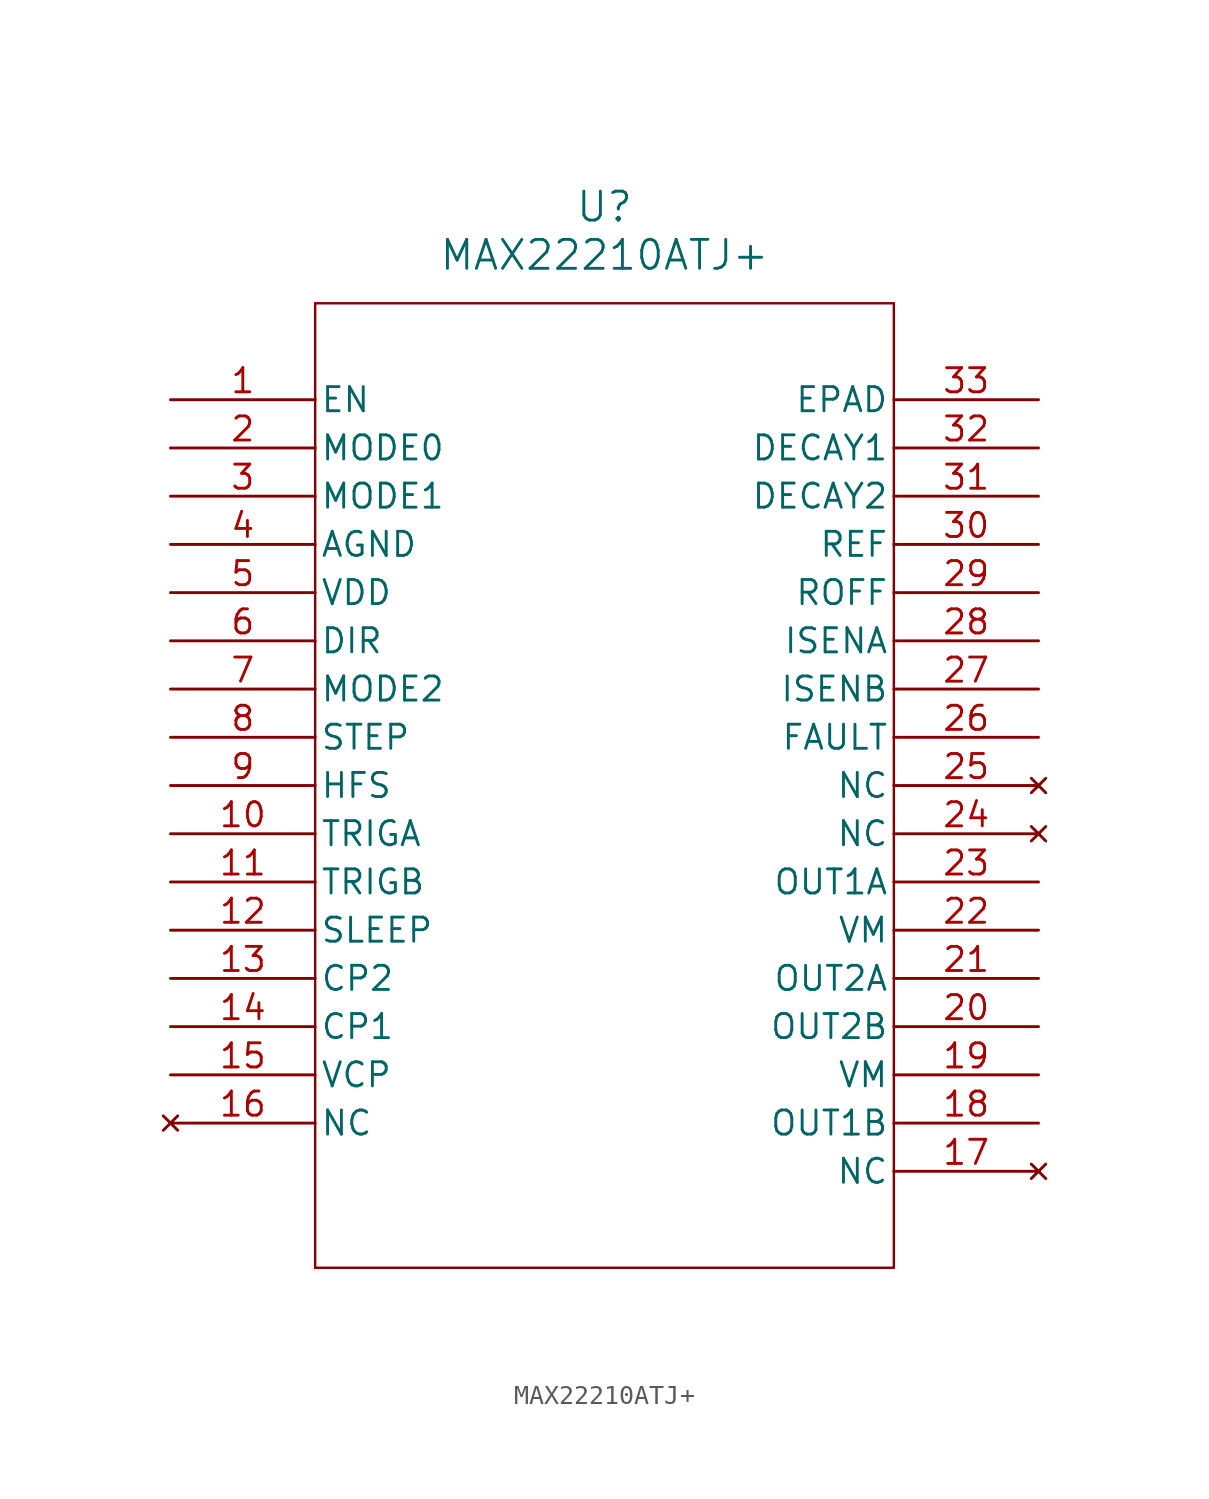
<source format=kicad_sym>
(kicad_symbol_lib
  (version 20211014)
  (generator kicad_symbol_editor)
  (symbol "MAX22210ATJ+"
    (pin_names
      (offset 0.254))
    (property "Reference" "U"
      (at 22.86 10.16 0)
      (effects (font (size 1.524 1.524))))
    (property "Value" "MAX22210ATJ+"
      (at 22.86 7.62 0)
      (effects (font (size 1.524 1.524))))
    (symbol "MAX22210ATJ+_0_1"
      (polyline (pts (xy 7.62 5.08) (xy 7.62 -45.72)) (stroke (width 0.127) (type default) (color 0 0 0 0)) (fill (type none)))
      (polyline (pts (xy 7.62 -45.72) (xy 38.1 -45.72)) (stroke (width 0.127) (type default) (color 0 0 0 0)) (fill (type none)))
      (polyline (pts (xy 38.1 -45.72) (xy 38.1 5.08)) (stroke (width 0.127) (type default) (color 0 0 0 0)) (fill (type none)))
      (polyline (pts (xy 38.1 5.08) (xy 7.62 5.08)) (stroke (width 0.127) (type default) (color 0 0 0 0)) (fill (type none)))
      (pin input line (at 0 0 0) (length 7.62) (name "EN" (effects (font (size 1.27 1.27)))) (number "1" (effects (font (size 1.27 1.27)))))
      (pin input line (at 0 -2.54 0) (length 7.62) (name "MODE0" (effects (font (size 1.27 1.27)))) (number "2" (effects (font (size 1.27 1.27)))))
      (pin input line (at 0 -5.08 0) (length 7.62) (name "MODE1" (effects (font (size 1.27 1.27)))) (number "3" (effects (font (size 1.27 1.27)))))
      (pin power_out line (at 0 -7.62 0) (length 7.62) (name "AGND" (effects (font (size 1.27 1.27)))) (number "4" (effects (font (size 1.27 1.27)))))
      (pin power_in line (at 0 -10.16 0) (length 7.62) (name "VDD" (effects (font (size 1.27 1.27)))) (number "5" (effects (font (size 1.27 1.27)))))
      (pin input line (at 0 -12.7 0) (length 7.62) (name "DIR" (effects (font (size 1.27 1.27)))) (number "6" (effects (font (size 1.27 1.27)))))
      (pin input line (at 0 -15.24 0) (length 7.62) (name "MODE2" (effects (font (size 1.27 1.27)))) (number "7" (effects (font (size 1.27 1.27)))))
      (pin input line (at 0 -17.78 0) (length 7.62) (name "STEP" (effects (font (size 1.27 1.27)))) (number "8" (effects (font (size 1.27 1.27)))))
      (pin input line (at 0 -20.32 0) (length 7.62) (name "HFS" (effects (font (size 1.27 1.27)))) (number "9" (effects (font (size 1.27 1.27)))))
      (pin output line (at 0 -22.86 0) (length 7.62) (name "TRIGA" (effects (font (size 1.27 1.27)))) (number "10" (effects (font (size 1.27 1.27)))))
      (pin output line (at 0 -25.4 0) (length 7.62) (name "TRIGB" (effects (font (size 1.27 1.27)))) (number "11" (effects (font (size 1.27 1.27)))))
      (pin input line (at 0 -27.94 0) (length 7.62) (name "SLEEP" (effects (font (size 1.27 1.27)))) (number "12" (effects (font (size 1.27 1.27)))))
      (pin output line (at 0 -30.48 0) (length 7.62) (name "CP2" (effects (font (size 1.27 1.27)))) (number "13" (effects (font (size 1.27 1.27)))))
      (pin output line (at 0 -33.02 0) (length 7.62) (name "CP1" (effects (font (size 1.27 1.27)))) (number "14" (effects (font (size 1.27 1.27)))))
      (pin output line (at 0 -35.56 0) (length 7.62) (name "VCP" (effects (font (size 1.27 1.27)))) (number "15" (effects (font (size 1.27 1.27)))))
      (pin no_connect line (at 0 -38.1 0) (length 7.62) (name "NC" (effects (font (size 1.27 1.27)))) (number "16" (effects (font (size 1.27 1.27)))))
      (pin no_connect line (at 45.72 -40.64 180) (length 7.62) (name "NC" (effects (font (size 1.27 1.27)))) (number "17" (effects (font (size 1.27 1.27)))))
      (pin output line (at 45.72 -38.1 180) (length 7.62) (name "OUT1B" (effects (font (size 1.27 1.27)))) (number "18" (effects (font (size 1.27 1.27)))))
      (pin power_in line (at 45.72 -35.56 180) (length 7.62) (name "VM" (effects (font (size 1.27 1.27)))) (number "19" (effects (font (size 1.27 1.27)))))
      (pin output line (at 45.72 -33.02 180) (length 7.62) (name "OUT2B" (effects (font (size 1.27 1.27)))) (number "20" (effects (font (size 1.27 1.27)))))
      (pin output line (at 45.72 -30.48 180) (length 7.62) (name "OUT2A" (effects (font (size 1.27 1.27)))) (number "21" (effects (font (size 1.27 1.27)))))
      (pin power_in line (at 45.72 -27.94 180) (length 7.62) (name "VM" (effects (font (size 1.27 1.27)))) (number "22" (effects (font (size 1.27 1.27)))))
      (pin output line (at 45.72 -25.4 180) (length 7.62) (name "OUT1A" (effects (font (size 1.27 1.27)))) (number "23" (effects (font (size 1.27 1.27)))))
      (pin no_connect line (at 45.72 -22.86 180) (length 7.62) (name "NC" (effects (font (size 1.27 1.27)))) (number "24" (effects (font (size 1.27 1.27)))))
      (pin no_connect line (at 45.72 -20.32 180) (length 7.62) (name "NC" (effects (font (size 1.27 1.27)))) (number "25" (effects (font (size 1.27 1.27)))))
      (pin output line (at 45.72 -17.78 180) (length 7.62) (name "FAULT" (effects (font (size 1.27 1.27)))) (number "26" (effects (font (size 1.27 1.27)))))
      (pin output line (at 45.72 -15.24 180) (length 7.62) (name "ISENB" (effects (font (size 1.27 1.27)))) (number "27" (effects (font (size 1.27 1.27)))))
      (pin output line (at 45.72 -12.7 180) (length 7.62) (name "ISENA" (effects (font (size 1.27 1.27)))) (number "28" (effects (font (size 1.27 1.27)))))
      (pin input line (at 45.72 -10.16 180) (length 7.62) (name "ROFF" (effects (font (size 1.27 1.27)))) (number "29" (effects (font (size 1.27 1.27)))))
      (pin input line (at 45.72 -7.62 180) (length 7.62) (name "REF" (effects (font (size 1.27 1.27)))) (number "30" (effects (font (size 1.27 1.27)))))
      (pin input line (at 45.72 -5.08 180) (length 7.62) (name "DECAY2" (effects (font (size 1.27 1.27)))) (number "31" (effects (font (size 1.27 1.27)))))
      (pin input line (at 45.72 -2.54 180) (length 7.62) (name "DECAY1" (effects (font (size 1.27 1.27)))) (number "32" (effects (font (size 1.27 1.27)))))
      (pin power_out line (at 45.72 0 180) (length 7.62) (name "EPAD" (effects (font (size 1.27 1.27)))) (number "33" (effects (font (size 1.27 1.27))))))))
</source>
